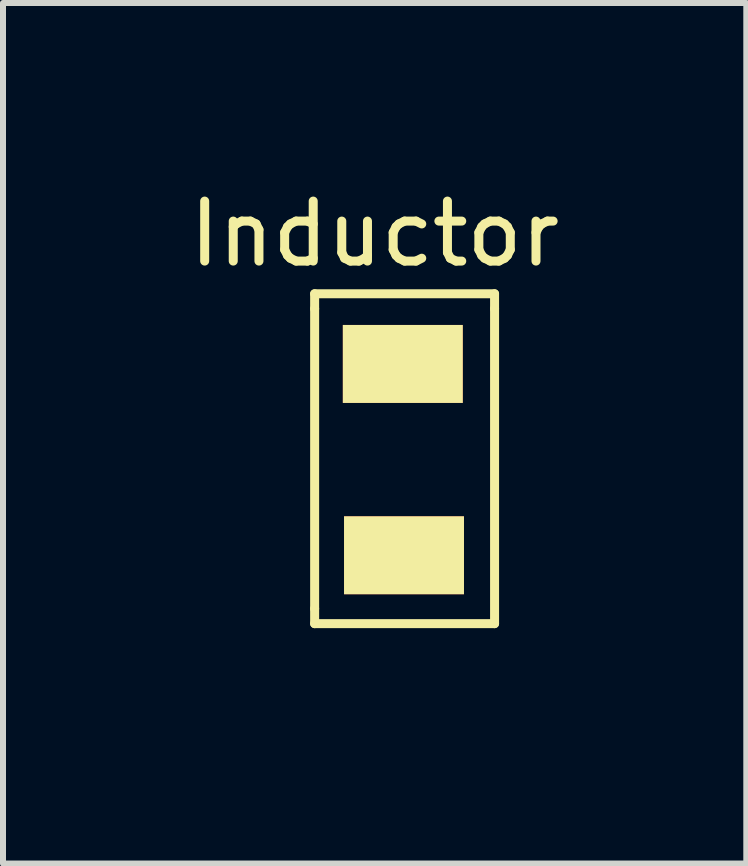
<source format=kicad_pcb>
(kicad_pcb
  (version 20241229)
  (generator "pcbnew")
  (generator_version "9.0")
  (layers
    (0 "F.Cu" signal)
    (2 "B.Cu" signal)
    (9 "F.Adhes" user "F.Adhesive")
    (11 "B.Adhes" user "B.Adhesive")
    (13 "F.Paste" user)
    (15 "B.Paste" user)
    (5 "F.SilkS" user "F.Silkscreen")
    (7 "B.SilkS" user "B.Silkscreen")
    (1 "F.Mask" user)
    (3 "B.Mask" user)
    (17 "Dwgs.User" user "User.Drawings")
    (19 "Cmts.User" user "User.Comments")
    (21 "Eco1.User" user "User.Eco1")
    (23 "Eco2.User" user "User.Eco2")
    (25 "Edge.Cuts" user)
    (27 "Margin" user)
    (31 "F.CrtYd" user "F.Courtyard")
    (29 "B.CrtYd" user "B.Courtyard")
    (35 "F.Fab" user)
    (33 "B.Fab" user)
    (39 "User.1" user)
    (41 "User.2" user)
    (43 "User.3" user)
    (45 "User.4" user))
  (footprint "Inductor"
    (layer "F.Cu")
    (at 0.696 8.098)
    (property "Reference" "Inductor" (at 2.5 -7.25 0) (layer "F.SilkS") (effects (font (size 1 1) (thickness 0.15))))
    (attr through_hole)
    (fp_line (start 1.5 -6) (end 1.5 -6.25) (stroke (width 0.15) (type solid)) (layer "F.SilkS"))
    (fp_line (start 1.5 -6) (end 1.5 -1) (stroke (width 0.15) (type solid)) (layer "F.SilkS"))
    (fp_line (start 1.5 -1) (end 1.5 -0.75) (stroke (width 0.15) (type solid)) (layer "F.SilkS"))
    (fp_line (start 1.5 -0.75) (end 4.5 -0.75) (stroke (width 0.15) (type solid)) (layer "F.SilkS"))
    (fp_line (start 4.5 -6.25) (end 1.5 -6.25) (stroke (width 0.15) (type solid)) (layer "F.SilkS"))
    (fp_line (start 4.5 -6) (end 4.5 -6.25) (stroke (width 0.15) (type solid)) (layer "F.SilkS"))
    (fp_line (start 4.5 -0.75) (end 4.5 -6) (stroke (width 0.15) (type solid)) (layer "F.SilkS"))
    (pad "1" smd rect (at 2.97 -5.08) (size 2 1.3) (layers "F.Cu" "F.Mask" "F.SilkS" "F.Paste"))
    (pad "2" smd rect (at 2.99 -1.89) (size 2 1.3) (layers "F.Cu" "F.Mask" "F.SilkS" "F.Paste")))
  (gr_rect
    (start -3 -3)
    (end 9.393 11.348)
    (stroke (width 0.1) (type default))
    (fill no)
    (layer "Edge.Cuts")))
</source>
